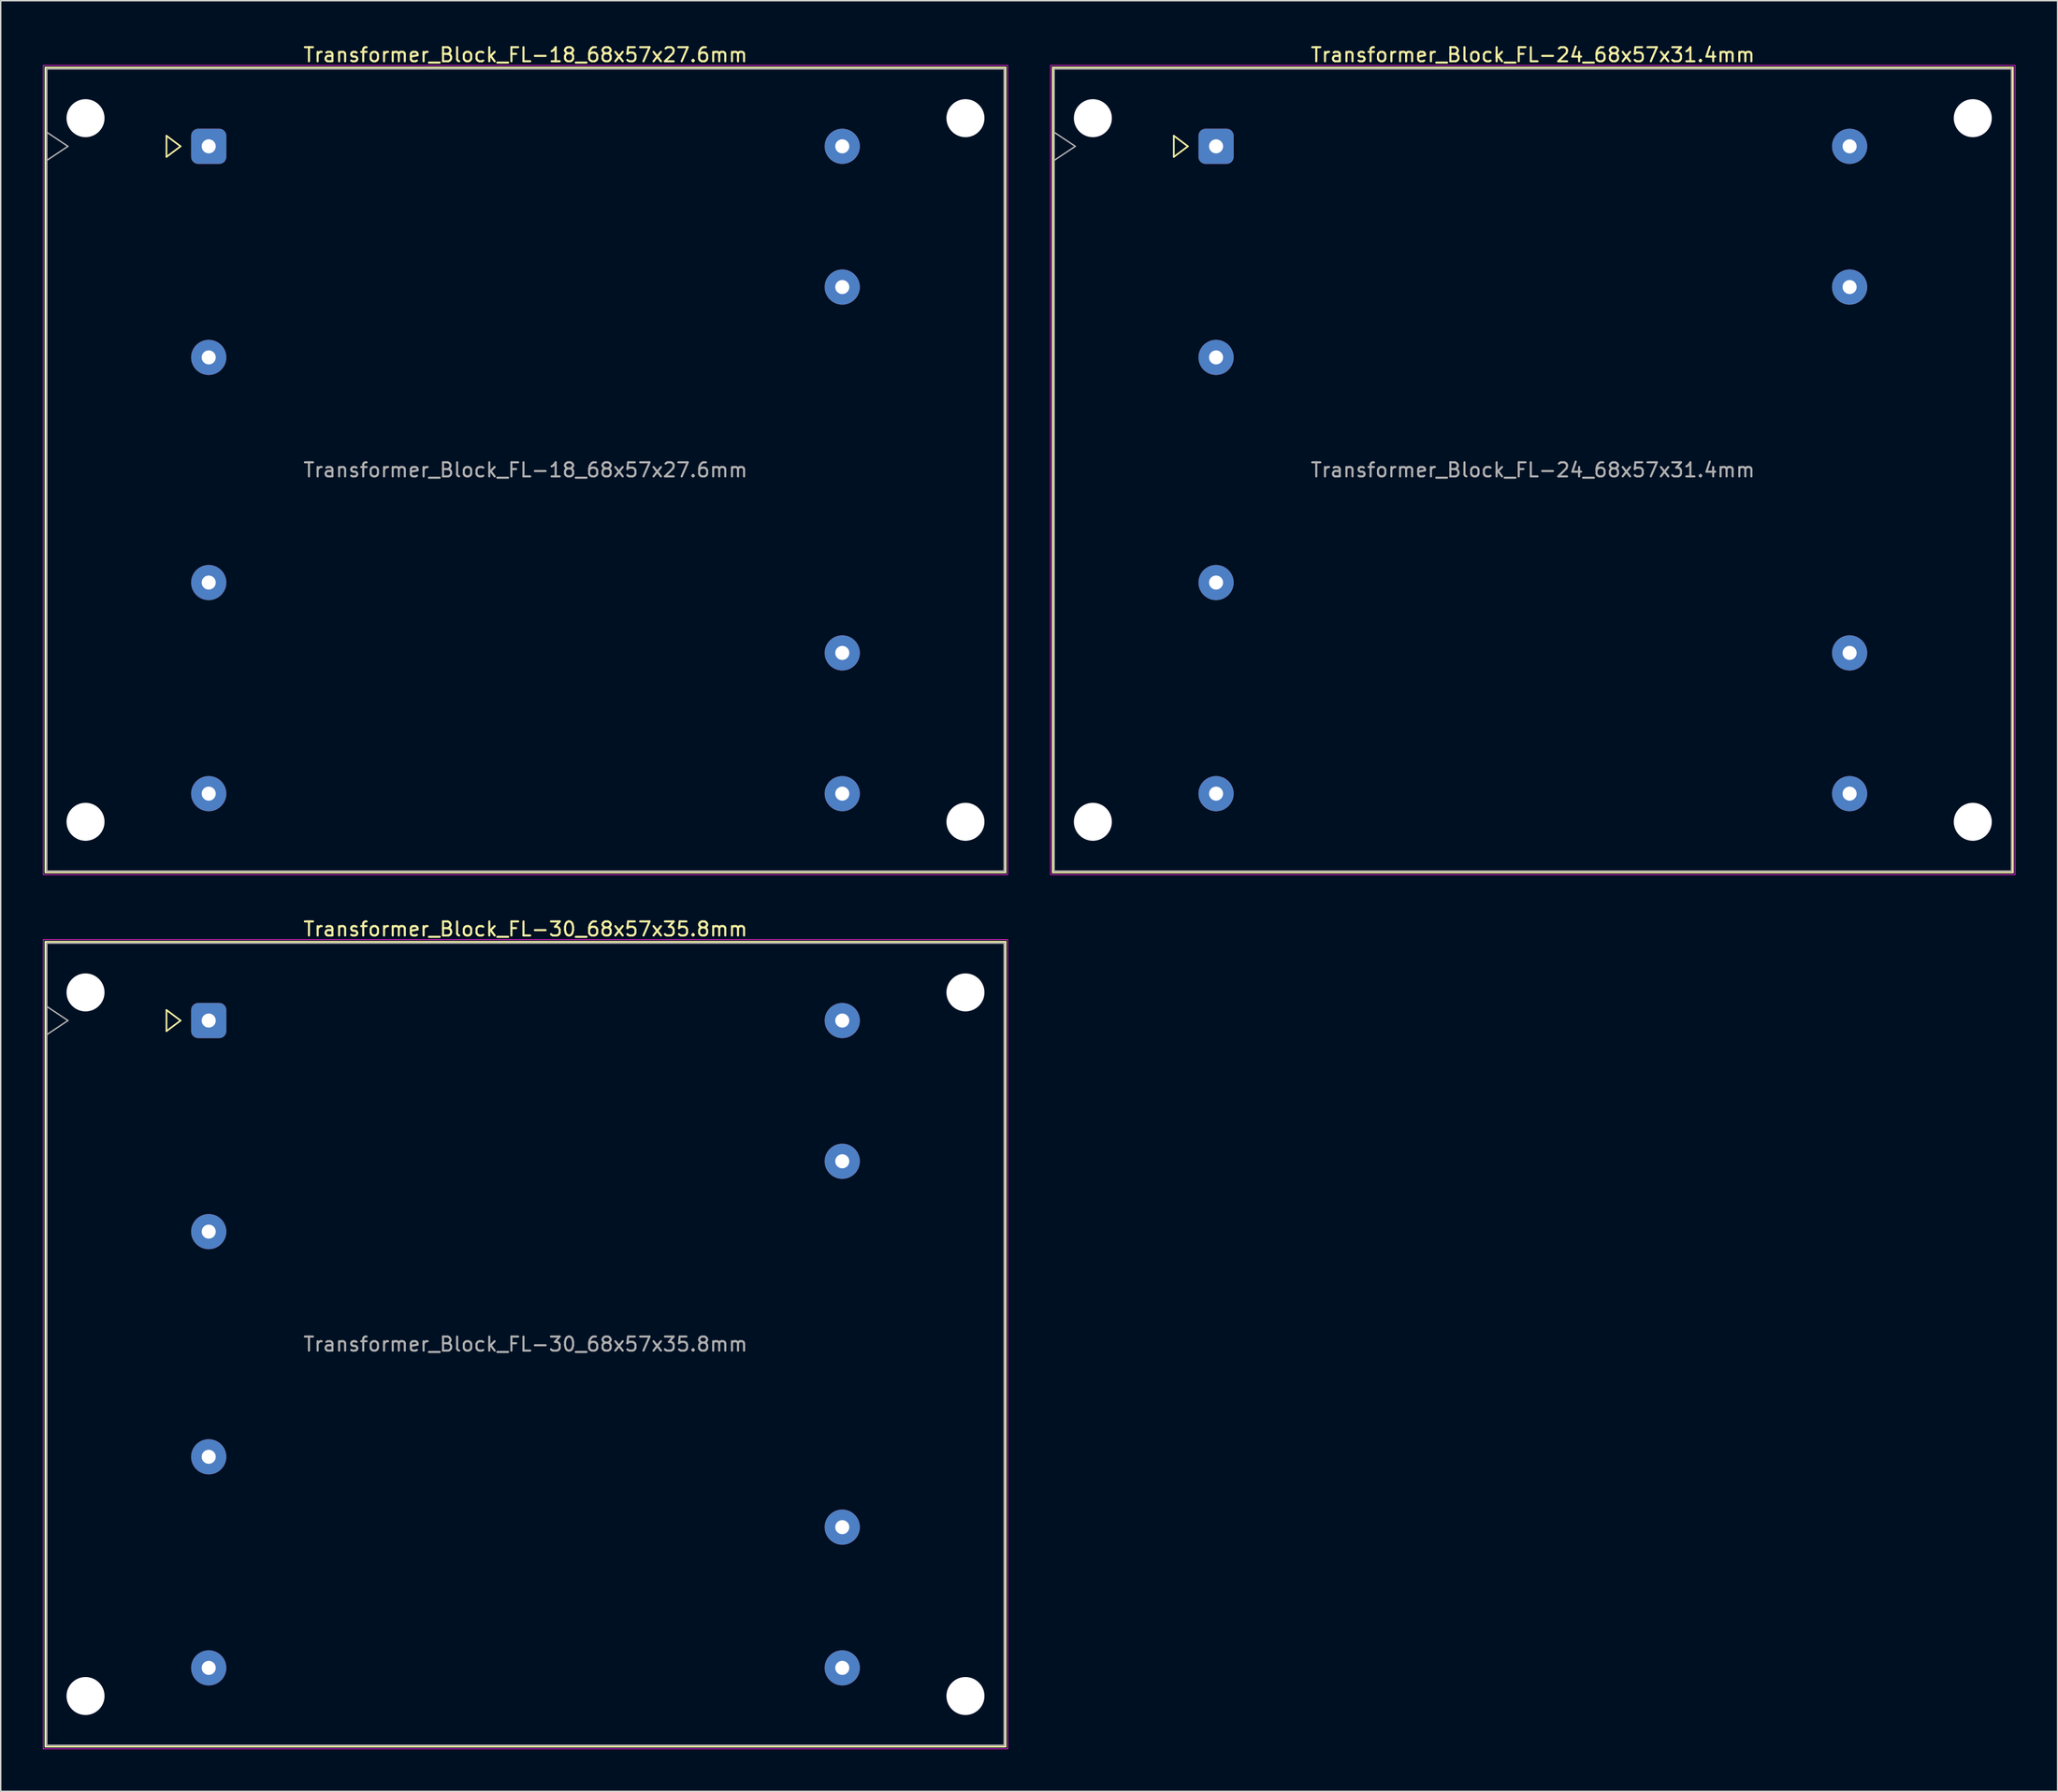
<source format=kicad_pcb>
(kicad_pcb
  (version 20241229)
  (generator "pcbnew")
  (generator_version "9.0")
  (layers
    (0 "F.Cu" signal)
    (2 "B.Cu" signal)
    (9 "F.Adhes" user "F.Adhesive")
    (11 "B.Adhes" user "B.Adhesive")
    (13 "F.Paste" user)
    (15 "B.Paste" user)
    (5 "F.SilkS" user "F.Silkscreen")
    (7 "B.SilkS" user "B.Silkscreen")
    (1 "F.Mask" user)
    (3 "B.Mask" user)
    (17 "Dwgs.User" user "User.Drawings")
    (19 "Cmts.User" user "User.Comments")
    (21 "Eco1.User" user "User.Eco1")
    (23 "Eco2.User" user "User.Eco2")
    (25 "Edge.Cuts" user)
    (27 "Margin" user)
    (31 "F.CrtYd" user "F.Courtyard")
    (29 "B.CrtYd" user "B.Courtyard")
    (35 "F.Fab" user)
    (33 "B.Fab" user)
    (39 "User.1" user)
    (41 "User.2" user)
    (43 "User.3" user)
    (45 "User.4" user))
  (footprint "Transformer_Block_FL-30_68x57x35.8mm"
    (layer "F.Cu")
    (at 11.775 69.472)
    (property "Reference" "Transformer_Block_FL-30_68x57x35.8mm" (at 22.5 -6.5 0) (layer "F.SilkS") (effects (font (size 1 1) (thickness 0.15))))
    (attr through_hole)
    (fp_line (start -11.6 -5.6) (end -11.6 51.6) (stroke (width 0.12) (type solid)) (layer "F.SilkS"))
    (fp_line (start -11.6 51.6) (end 56.6 51.6) (stroke (width 0.12) (type solid)) (layer "F.SilkS"))
    (fp_line (start -3 -0.75) (end -2 0) (stroke (width 0.12) (type solid)) (layer "F.SilkS"))
    (fp_line (start -3 0.75) (end -3 -0.75) (stroke (width 0.12) (type solid)) (layer "F.SilkS"))
    (fp_line (start -2 0) (end -3 0.75) (stroke (width 0.12) (type solid)) (layer "F.SilkS"))
    (fp_line (start 56.6 -5.6) (end -11.6 -5.6) (stroke (width 0.12) (type solid)) (layer "F.SilkS"))
    (fp_line (start 56.6 51.6) (end 56.6 -5.6) (stroke (width 0.12) (type solid)) (layer "F.SilkS"))
    (fp_line (start -11.75 -5.75) (end -11.75 51.75) (stroke (width 0.05) (type solid)) (layer "F.CrtYd"))
    (fp_line (start -11.75 51.75) (end 56.75 51.75) (stroke (width 0.05) (type solid)) (layer "F.CrtYd"))
    (fp_line (start 56.75 -5.75) (end -11.75 -5.75) (stroke (width 0.05) (type solid)) (layer "F.CrtYd"))
    (fp_line (start 56.75 51.75) (end 56.75 -5.75) (stroke (width 0.05) (type solid)) (layer "F.CrtYd"))
    (fp_line (start -11.5 -5.5) (end -11.5 51.5) (stroke (width 0.1) (type solid)) (layer "F.Fab"))
    (fp_line (start -11.5 -1) (end -10 0) (stroke (width 0.1) (type solid)) (layer "F.Fab"))
    (fp_line (start -11.5 51.5) (end 56.5 51.5) (stroke (width 0.1) (type solid)) (layer "F.Fab"))
    (fp_line (start -10 0) (end -11.5 1) (stroke (width 0.1) (type solid)) (layer "F.Fab"))
    (fp_line (start 56.5 -5.5) (end -11.5 -5.5) (stroke (width 0.1) (type solid)) (layer "F.Fab"))
    (fp_line (start 56.5 51.5) (end 56.5 -5.5) (stroke (width 0.1) (type solid)) (layer "F.Fab"))
    (fp_text user "${REFERENCE}" (at 22.5 23 0) (layer "F.Fab") (effects (font (size 1 1) (thickness 0.15))))
    (pad "" np_thru_hole circle (at -8.75 -2) (size 2.7 2.7) (drill 2.7) (layers "*.Cu" "*.Mask"))
    (pad "" np_thru_hole circle (at -8.75 48) (size 2.7 2.7) (drill 2.7) (layers "*.Cu" "*.Mask"))
    (pad "" np_thru_hole circle (at 53.75 -2) (size 2.7 2.7) (drill 2.7) (layers "*.Cu" "*.Mask"))
    (pad "" np_thru_hole circle (at 53.75 48) (size 2.7 2.7) (drill 2.7) (layers "*.Cu" "*.Mask"))
    (pad "1" thru_hole roundrect (at 0 0) (size 2.5 2.5) (drill 1) (layers "*.Cu" "*.Mask") (roundrect_rratio 0.2))
    (pad "2" thru_hole circle (at 0 15) (size 2.5 2.5) (drill 1) (layers "*.Cu" "*.Mask"))
    (pad "3" thru_hole circle (at 0 31) (size 2.5 2.5) (drill 1) (layers "*.Cu" "*.Mask"))
    (pad "4" thru_hole circle (at 0 46) (size 2.5 2.5) (drill 1) (layers "*.Cu" "*.Mask"))
    (pad "5" thru_hole circle (at 45 46) (size 2.5 2.5) (drill 1) (layers "*.Cu" "*.Mask"))
    (pad "6" thru_hole circle (at 45 36) (size 2.5 2.5) (drill 1) (layers "*.Cu" "*.Mask"))
    (pad "7" thru_hole circle (at 45 10) (size 2.5 2.5) (drill 1) (layers "*.Cu" "*.Mask"))
    (pad "8" thru_hole circle (at 45 0) (size 2.5 2.5) (drill 1) (layers "*.Cu" "*.Mask")))
  (footprint "Transformer_Block_FL-24_68x57x31.4mm"
    (layer "F.Cu")
    (at 83.325 7.348)
    (property "Reference" "Transformer_Block_FL-24_68x57x31.4mm" (at 22.5 -6.5 0) (layer "F.SilkS") (effects (font (size 1 1) (thickness 0.15))))
    (attr through_hole)
    (fp_line (start -11.6 -5.6) (end -11.6 51.6) (stroke (width 0.12) (type solid)) (layer "F.SilkS"))
    (fp_line (start -11.6 51.6) (end 56.6 51.6) (stroke (width 0.12) (type solid)) (layer "F.SilkS"))
    (fp_line (start -3 -0.75) (end -2 0) (stroke (width 0.12) (type solid)) (layer "F.SilkS"))
    (fp_line (start -3 0.75) (end -3 -0.75) (stroke (width 0.12) (type solid)) (layer "F.SilkS"))
    (fp_line (start -2 0) (end -3 0.75) (stroke (width 0.12) (type solid)) (layer "F.SilkS"))
    (fp_line (start 56.6 -5.6) (end -11.6 -5.6) (stroke (width 0.12) (type solid)) (layer "F.SilkS"))
    (fp_line (start 56.6 51.6) (end 56.6 -5.6) (stroke (width 0.12) (type solid)) (layer "F.SilkS"))
    (fp_line (start -11.75 -5.75) (end -11.75 51.75) (stroke (width 0.05) (type solid)) (layer "F.CrtYd"))
    (fp_line (start -11.75 51.75) (end 56.75 51.75) (stroke (width 0.05) (type solid)) (layer "F.CrtYd"))
    (fp_line (start 56.75 -5.75) (end -11.75 -5.75) (stroke (width 0.05) (type solid)) (layer "F.CrtYd"))
    (fp_line (start 56.75 51.75) (end 56.75 -5.75) (stroke (width 0.05) (type solid)) (layer "F.CrtYd"))
    (fp_line (start -11.5 -5.5) (end -11.5 51.5) (stroke (width 0.1) (type solid)) (layer "F.Fab"))
    (fp_line (start -11.5 -1) (end -10 0) (stroke (width 0.1) (type solid)) (layer "F.Fab"))
    (fp_line (start -11.5 51.5) (end 56.5 51.5) (stroke (width 0.1) (type solid)) (layer "F.Fab"))
    (fp_line (start -10 0) (end -11.5 1) (stroke (width 0.1) (type solid)) (layer "F.Fab"))
    (fp_line (start 56.5 -5.5) (end -11.5 -5.5) (stroke (width 0.1) (type solid)) (layer "F.Fab"))
    (fp_line (start 56.5 51.5) (end 56.5 -5.5) (stroke (width 0.1) (type solid)) (layer "F.Fab"))
    (fp_text user "${REFERENCE}" (at 22.5 23 0) (layer "F.Fab") (effects (font (size 1 1) (thickness 0.15))))
    (pad "" np_thru_hole circle (at -8.75 -2) (size 2.7 2.7) (drill 2.7) (layers "*.Cu" "*.Mask"))
    (pad "" np_thru_hole circle (at -8.75 48) (size 2.7 2.7) (drill 2.7) (layers "*.Cu" "*.Mask"))
    (pad "" np_thru_hole circle (at 53.75 -2) (size 2.7 2.7) (drill 2.7) (layers "*.Cu" "*.Mask"))
    (pad "" np_thru_hole circle (at 53.75 48) (size 2.7 2.7) (drill 2.7) (layers "*.Cu" "*.Mask"))
    (pad "1" thru_hole roundrect (at 0 0) (size 2.5 2.5) (drill 1) (layers "*.Cu" "*.Mask") (roundrect_rratio 0.2))
    (pad "2" thru_hole circle (at 0 15) (size 2.5 2.5) (drill 1) (layers "*.Cu" "*.Mask"))
    (pad "3" thru_hole circle (at 0 31) (size 2.5 2.5) (drill 1) (layers "*.Cu" "*.Mask"))
    (pad "4" thru_hole circle (at 0 46) (size 2.5 2.5) (drill 1) (layers "*.Cu" "*.Mask"))
    (pad "5" thru_hole circle (at 45 46) (size 2.5 2.5) (drill 1) (layers "*.Cu" "*.Mask"))
    (pad "6" thru_hole circle (at 45 36) (size 2.5 2.5) (drill 1) (layers "*.Cu" "*.Mask"))
    (pad "7" thru_hole circle (at 45 10) (size 2.5 2.5) (drill 1) (layers "*.Cu" "*.Mask"))
    (pad "8" thru_hole circle (at 45 0) (size 2.5 2.5) (drill 1) (layers "*.Cu" "*.Mask")))
  (footprint "Transformer_Block_FL-18_68x57x27.6mm"
    (layer "F.Cu")
    (at 11.775 7.348)
    (property "Reference" "Transformer_Block_FL-18_68x57x27.6mm" (at 22.5 -6.5 0) (layer "F.SilkS") (effects (font (size 1 1) (thickness 0.15))))
    (attr through_hole)
    (fp_line (start -11.6 -5.6) (end -11.6 51.6) (stroke (width 0.12) (type solid)) (layer "F.SilkS"))
    (fp_line (start -11.6 51.6) (end 56.6 51.6) (stroke (width 0.12) (type solid)) (layer "F.SilkS"))
    (fp_line (start -3 -0.75) (end -2 0) (stroke (width 0.12) (type solid)) (layer "F.SilkS"))
    (fp_line (start -3 0.75) (end -3 -0.75) (stroke (width 0.12) (type solid)) (layer "F.SilkS"))
    (fp_line (start -2 0) (end -3 0.75) (stroke (width 0.12) (type solid)) (layer "F.SilkS"))
    (fp_line (start 56.6 -5.6) (end -11.6 -5.6) (stroke (width 0.12) (type solid)) (layer "F.SilkS"))
    (fp_line (start 56.6 51.6) (end 56.6 -5.6) (stroke (width 0.12) (type solid)) (layer "F.SilkS"))
    (fp_line (start -11.75 -5.75) (end -11.75 51.75) (stroke (width 0.05) (type solid)) (layer "F.CrtYd"))
    (fp_line (start -11.75 51.75) (end 56.75 51.75) (stroke (width 0.05) (type solid)) (layer "F.CrtYd"))
    (fp_line (start 56.75 -5.75) (end -11.75 -5.75) (stroke (width 0.05) (type solid)) (layer "F.CrtYd"))
    (fp_line (start 56.75 51.75) (end 56.75 -5.75) (stroke (width 0.05) (type solid)) (layer "F.CrtYd"))
    (fp_line (start -11.5 -5.5) (end -11.5 51.5) (stroke (width 0.1) (type solid)) (layer "F.Fab"))
    (fp_line (start -11.5 -1) (end -10 0) (stroke (width 0.1) (type solid)) (layer "F.Fab"))
    (fp_line (start -11.5 51.5) (end 56.5 51.5) (stroke (width 0.1) (type solid)) (layer "F.Fab"))
    (fp_line (start -10 0) (end -11.5 1) (stroke (width 0.1) (type solid)) (layer "F.Fab"))
    (fp_line (start 56.5 -5.5) (end -11.5 -5.5) (stroke (width 0.1) (type solid)) (layer "F.Fab"))
    (fp_line (start 56.5 51.5) (end 56.5 -5.5) (stroke (width 0.1) (type solid)) (layer "F.Fab"))
    (fp_text user "${REFERENCE}" (at 22.5 23 0) (layer "F.Fab") (effects (font (size 1 1) (thickness 0.15))))
    (pad "" np_thru_hole circle (at -8.75 -2) (size 2.7 2.7) (drill 2.7) (layers "*.Cu" "*.Mask"))
    (pad "" np_thru_hole circle (at -8.75 48) (size 2.7 2.7) (drill 2.7) (layers "*.Cu" "*.Mask"))
    (pad "" np_thru_hole circle (at 53.75 -2) (size 2.7 2.7) (drill 2.7) (layers "*.Cu" "*.Mask"))
    (pad "" np_thru_hole circle (at 53.75 48) (size 2.7 2.7) (drill 2.7) (layers "*.Cu" "*.Mask"))
    (pad "1" thru_hole roundrect (at 0 0) (size 2.5 2.5) (drill 1) (layers "*.Cu" "*.Mask") (roundrect_rratio 0.2))
    (pad "2" thru_hole circle (at 0 15) (size 2.5 2.5) (drill 1) (layers "*.Cu" "*.Mask"))
    (pad "3" thru_hole circle (at 0 31) (size 2.5 2.5) (drill 1) (layers "*.Cu" "*.Mask"))
    (pad "4" thru_hole circle (at 0 46) (size 2.5 2.5) (drill 1) (layers "*.Cu" "*.Mask"))
    (pad "5" thru_hole circle (at 45 46) (size 2.5 2.5) (drill 1) (layers "*.Cu" "*.Mask"))
    (pad "6" thru_hole circle (at 45 36) (size 2.5 2.5) (drill 1) (layers "*.Cu" "*.Mask"))
    (pad "7" thru_hole circle (at 45 10) (size 2.5 2.5) (drill 1) (layers "*.Cu" "*.Mask"))
    (pad "8" thru_hole circle (at 45 0) (size 2.5 2.5) (drill 1) (layers "*.Cu" "*.Mask")))
  (gr_rect
    (start -3 -3)
    (end 143.1 124.246)
    (stroke (width 0.1) (type default))
    (fill no)
    (layer "Edge.Cuts")))
</source>
